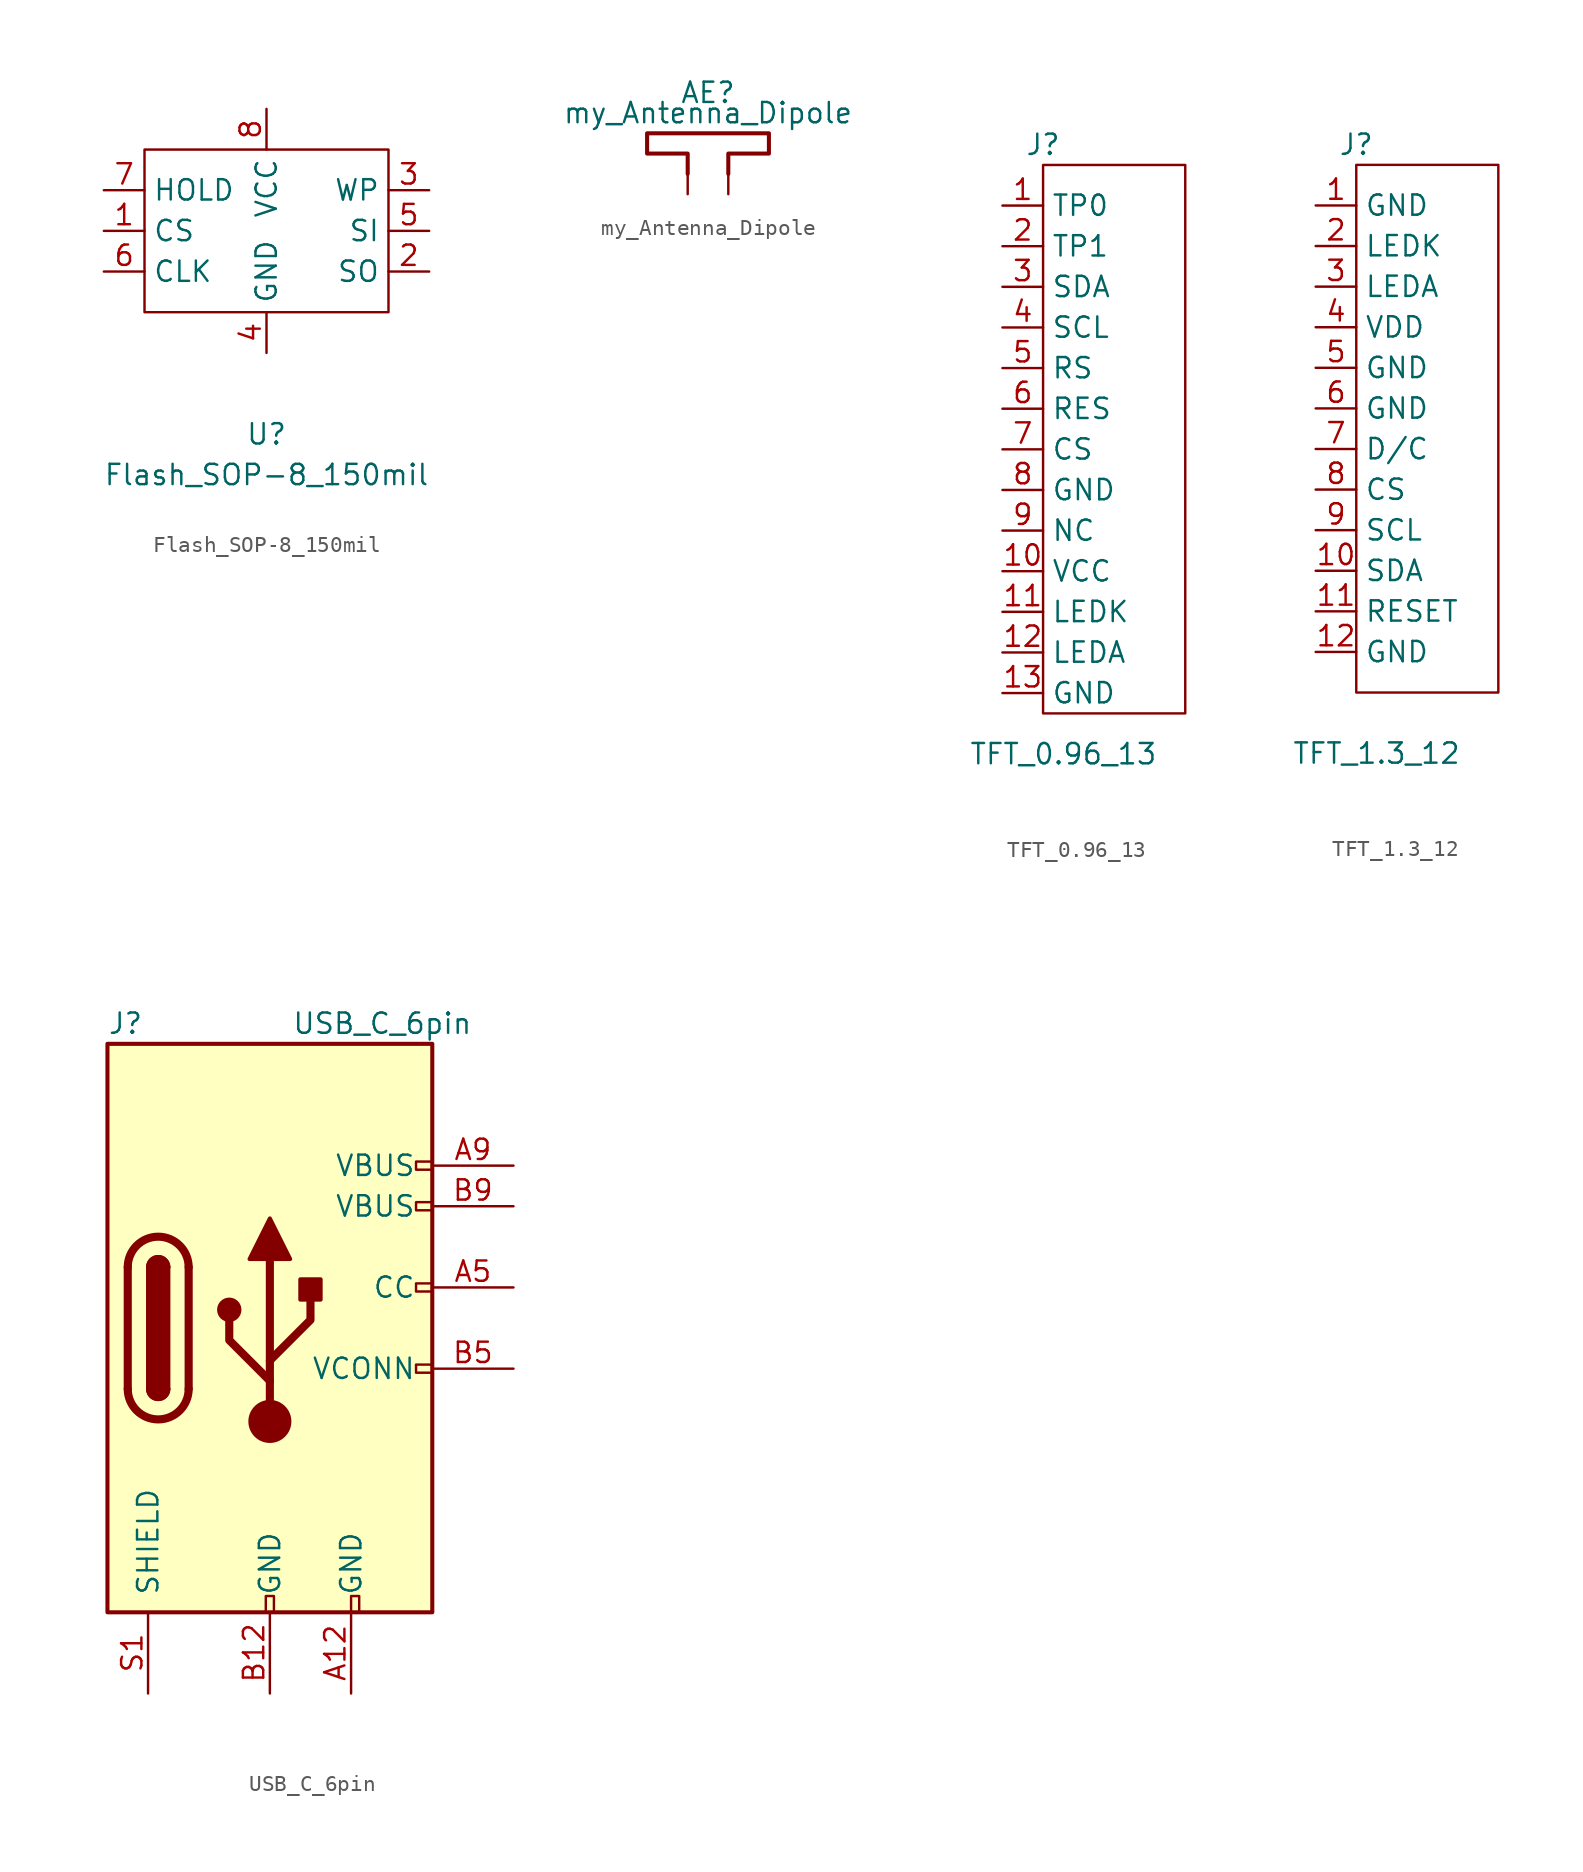
<source format=kicad_sym>
(kicad_symbol_lib
  (version 20211014)
  (generator kicad_symbol_editor)
  (symbol "Flash_SOP-8_150mil"
    (property "Reference" "U"
      (at 0 -12.7 0)
      (effects (font (size 1.27 1.27))))
    (property "Value" "Flash_SOP-8_150mil"
      (at 0 -15.24 0)
      (effects (font (size 1.27 1.27))))
    (symbol "Flash_SOP-8_150mil_0_1"
      (rectangle (start -7.62 5.08) (end 7.62 -5.08) (stroke (width 0) (type default) (color 0 0 0 0)) (fill (type none))))
    (symbol "Flash_SOP-8_150mil_1_1"
      (pin bidirectional line (at -10.16 0 0) (length 2.54) (name "CS" (effects (font (size 1.27 1.27)))) (number "1" (effects (font (size 1.27 1.27)))))
      (pin bidirectional line (at 10.16 -2.54 180) (length 2.54) (name "SO" (effects (font (size 1.27 1.27)))) (number "2" (effects (font (size 1.27 1.27)))))
      (pin bidirectional line (at 10.16 2.54 180) (length 2.54) (name "WP" (effects (font (size 1.27 1.27)))) (number "3" (effects (font (size 1.27 1.27)))))
      (pin bidirectional line (at 0 -7.62 90) (length 2.54) (name "GND" (effects (font (size 1.27 1.27)))) (number "4" (effects (font (size 1.27 1.27)))))
      (pin bidirectional line (at 10.16 0 180) (length 2.54) (name "SI" (effects (font (size 1.27 1.27)))) (number "5" (effects (font (size 1.27 1.27)))))
      (pin bidirectional line (at -10.16 -2.54 0) (length 2.54) (name "CLK" (effects (font (size 1.27 1.27)))) (number "6" (effects (font (size 1.27 1.27)))))
      (pin bidirectional line (at -10.16 2.54 0) (length 2.54) (name "HOLD" (effects (font (size 1.27 1.27)))) (number "7" (effects (font (size 1.27 1.27)))))
      (pin bidirectional line (at 0 7.62 270) (length 2.54) (name "VCC" (effects (font (size 1.27 1.27)))) (number "8" (effects (font (size 1.27 1.27)))))))
  (symbol "my_Antenna_Dipole"
    (pin_numbers hide)
    (pin_names
      (offset 1.016) hide)
    (property "Reference" "AE"
      (at 1.27 1.27 0)
      (effects (font (size 1.27 1.27))))
    (property "Value" "my_Antenna_Dipole"
      (at 1.27 0 0)
      (effects (font (size 1.27 1.27))))
    (symbol "my_Antenna_Dipole_0_1"
      (polyline (pts (xy 2.54 -3.81) (xy 2.54 -2.54) (xy 5.08 -2.54) (xy 5.08 -1.27) (xy -2.54 -1.27) (xy -2.54 -2.54) (xy 0 -2.54) (xy 0 -3.81)) (stroke (width 0.254) (type default) (color 0 0 0 0)) (fill (type none))))
    (symbol "my_Antenna_Dipole_1_1"
      (pin input line (at 0 -5.08 90) (length 2.54) (name "~" (effects (font (size 1.27 1.27)))) (number "1" (effects (font (size 1.27 1.27)))))
      (pin input line (at 2.54 -5.08 90) (length 2.54) (name "~" (effects (font (size 1.27 1.27)))) (number "2" (effects (font (size 1.27 1.27)))))))
  (symbol "TFT_0.96_13"
    (property "Reference" "J"
      (at 1.27 5.08 0)
      (effects (font (size 1.27 1.27))))
    (property "Value" "TFT_0.96_13"
      (at 2.54 -33.02 0)
      (effects (font (size 1.27 1.27))))
    (symbol "TFT_0.96_13_0_1"
      (rectangle (start 1.27 3.81) (end 10.16 -30.48) (stroke (width 0) (type default) (color 0 0 0 0)) (fill (type none))))
    (symbol "TFT_0.96_13_1_1"
      (pin free line (at -1.27 1.27 0) (length 2.54) (name "TP0" (effects (font (size 1.27 1.27)))) (number "1" (effects (font (size 1.27 1.27)))))
      (pin free line (at -1.27 -21.59 0) (length 2.54) (name "VCC" (effects (font (size 1.27 1.27)))) (number "10" (effects (font (size 1.27 1.27)))))
      (pin free line (at -1.27 -24.13 0) (length 2.54) (name "LEDK" (effects (font (size 1.27 1.27)))) (number "11" (effects (font (size 1.27 1.27)))))
      (pin free line (at -1.27 -26.67 0) (length 2.54) (name "LEDA" (effects (font (size 1.27 1.27)))) (number "12" (effects (font (size 1.27 1.27)))))
      (pin free line (at -1.27 -29.21 0) (length 2.54) (name "GND" (effects (font (size 1.27 1.27)))) (number "13" (effects (font (size 1.27 1.27)))))
      (pin free line (at -1.27 -1.27 0) (length 2.54) (name "TP1" (effects (font (size 1.27 1.27)))) (number "2" (effects (font (size 1.27 1.27)))))
      (pin free line (at -1.27 -3.81 0) (length 2.54) (name "SDA" (effects (font (size 1.27 1.27)))) (number "3" (effects (font (size 1.27 1.27)))))
      (pin free line (at -1.27 -6.35 0) (length 2.54) (name "SCL" (effects (font (size 1.27 1.27)))) (number "4" (effects (font (size 1.27 1.27)))))
      (pin free line (at -1.27 -8.89 0) (length 2.54) (name "RS" (effects (font (size 1.27 1.27)))) (number "5" (effects (font (size 1.27 1.27)))))
      (pin free line (at -1.27 -11.43 0) (length 2.54) (name "RES" (effects (font (size 1.27 1.27)))) (number "6" (effects (font (size 1.27 1.27)))))
      (pin free line (at -1.27 -13.97 0) (length 2.54) (name "CS" (effects (font (size 1.27 1.27)))) (number "7" (effects (font (size 1.27 1.27)))))
      (pin free line (at -1.27 -16.51 0) (length 2.54) (name "GND" (effects (font (size 1.27 1.27)))) (number "8" (effects (font (size 1.27 1.27)))))
      (pin free line (at -1.27 -19.05 0) (length 2.54) (name "NC" (effects (font (size 1.27 1.27)))) (number "9" (effects (font (size 1.27 1.27)))))))
  (symbol "TFT_1.3_12"
    (property "Reference" "J"
      (at 1.27 5.08 0)
      (effects (font (size 1.27 1.27))))
    (property "Value" "TFT_1.3_12"
      (at 2.54 -33.02 0)
      (effects (font (size 1.27 1.27))))
    (symbol "TFT_1.3_12_0_1"
      (rectangle (start 1.27 3.81) (end 10.16 -29.21) (stroke (width 0) (type default) (color 0 0 0 0)) (fill (type none))))
    (symbol "TFT_1.3_12_1_1"
      (pin free line (at -1.27 1.27 0) (length 2.54) (name "GND" (effects (font (size 1.27 1.27)))) (number "1" (effects (font (size 1.27 1.27)))))
      (pin free line (at -1.27 -21.59 0) (length 2.54) (name "SDA" (effects (font (size 1.27 1.27)))) (number "10" (effects (font (size 1.27 1.27)))))
      (pin free line (at -1.27 -24.13 0) (length 2.54) (name "RESET" (effects (font (size 1.27 1.27)))) (number "11" (effects (font (size 1.27 1.27)))))
      (pin free line (at -1.27 -26.67 0) (length 2.54) (name "GND" (effects (font (size 1.27 1.27)))) (number "12" (effects (font (size 1.27 1.27)))))
      (pin free line (at -1.27 -1.27 0) (length 2.54) (name "LEDK" (effects (font (size 1.27 1.27)))) (number "2" (effects (font (size 1.27 1.27)))))
      (pin free line (at -1.27 -3.81 0) (length 2.54) (name "LEDA" (effects (font (size 1.27 1.27)))) (number "3" (effects (font (size 1.27 1.27)))))
      (pin free line (at -1.27 -6.35 0) (length 2.54) (name "VDD" (effects (font (size 1.27 1.27)))) (number "4" (effects (font (size 1.27 1.27)))))
      (pin free line (at -1.27 -8.89 0) (length 2.54) (name "GND" (effects (font (size 1.27 1.27)))) (number "5" (effects (font (size 1.27 1.27)))))
      (pin free line (at -1.27 -11.43 0) (length 2.54) (name "GND" (effects (font (size 1.27 1.27)))) (number "6" (effects (font (size 1.27 1.27)))))
      (pin free line (at -1.27 -13.97 0) (length 2.54) (name "D/C" (effects (font (size 1.27 1.27)))) (number "7" (effects (font (size 1.27 1.27)))))
      (pin free line (at -1.27 -16.51 0) (length 2.54) (name "CS" (effects (font (size 1.27 1.27)))) (number "8" (effects (font (size 1.27 1.27)))))
      (pin free line (at -1.27 -19.05 0) (length 2.54) (name "SCL" (effects (font (size 1.27 1.27)))) (number "9" (effects (font (size 1.27 1.27)))))))
  (symbol "USB_C_6pin"
    (pin_names
      (offset 1.016))
    (property "Reference" "J"
      (at -10.16 19.05 0)
      (effects (font (size 1.27 1.27)) (justify left)))
    (property "Value" "USB_C_6pin"
      (at 12.7 19.05 0)
      (effects (font (size 1.27 1.27)) (justify right)))
    (symbol "USB_C_6pin_0_0"
      (rectangle (start -0.254 -17.78) (end 0.254 -16.764) (stroke (width 0) (type default) (color 0 0 0 0)) (fill (type none)))
      (rectangle (start 5.08 -17.78) (end 5.588 -16.764) (stroke (width 0) (type default) (color 0 0 0 0)) (fill (type none)))
      (rectangle (start 10.16 -2.286) (end 9.144 -2.794) (stroke (width 0) (type default) (color 0 0 0 0)) (fill (type none)))
      (rectangle (start 10.16 2.794) (end 9.144 2.286) (stroke (width 0) (type default) (color 0 0 0 0)) (fill (type none)))
      (rectangle (start 10.16 7.874) (end 9.144 7.366) (stroke (width 0) (type default) (color 0 0 0 0)) (fill (type none)))
      (rectangle (start 10.16 10.414) (end 9.144 9.906) (stroke (width 0) (type default) (color 0 0 0 0)) (fill (type none))))
    (symbol "USB_C_6pin_0_1"
      (rectangle (start -10.16 17.78) (end 10.16 -17.78) (stroke (width 0.254) (type default) (color 0 0 0 0)) (fill (type background)))
      (arc (start -8.89 -3.81) (mid -6.985 -5.715) (end -5.08 -3.81) (stroke (width 0.508) (type default) (color 0 0 0 0)) (fill (type none)))
      (arc (start -7.62 -3.81) (mid -6.985 -4.445) (end -6.35 -3.81) (stroke (width 0.254) (type default) (color 0 0 0 0)) (fill (type none)))
      (arc (start -7.62 -3.81) (mid -6.985 -4.445) (end -6.35 -3.81) (stroke (width 0.254) (type default) (color 0 0 0 0)) (fill (type outline)))
      (rectangle (start -7.62 -3.81) (end -6.35 3.81) (stroke (width 0.254) (type default) (color 0 0 0 0)) (fill (type outline)))
      (arc (start -6.35 3.81) (mid -6.985 4.445) (end -7.62 3.81) (stroke (width 0.254) (type default) (color 0 0 0 0)) (fill (type none)))
      (arc (start -6.35 3.81) (mid -6.985 4.445) (end -7.62 3.81) (stroke (width 0.254) (type default) (color 0 0 0 0)) (fill (type outline)))
      (arc (start -5.08 3.81) (mid -6.985 5.715) (end -8.89 3.81) (stroke (width 0.508) (type default) (color 0 0 0 0)) (fill (type none)))
      (circle (center -2.54 1.143) (radius 0.635) (stroke (width 0.254) (type default) (color 0 0 0 0)) (fill (type outline)))
      (circle (center 0 -5.842) (radius 1.27) (stroke (width 0) (type default) (color 0 0 0 0)) (fill (type outline)))
      (polyline (pts (xy -8.89 -3.81) (xy -8.89 3.81)) (stroke (width 0.508) (type default) (color 0 0 0 0)) (fill (type none)))
      (polyline (pts (xy -5.08 3.81) (xy -5.08 -3.81)) (stroke (width 0.508) (type default) (color 0 0 0 0)) (fill (type none)))
      (polyline (pts (xy 0 -5.842) (xy 0 4.318)) (stroke (width 0.508) (type default) (color 0 0 0 0)) (fill (type none)))
      (polyline (pts (xy 0 -3.302) (xy -2.54 -0.762) (xy -2.54 0.508)) (stroke (width 0.508) (type default) (color 0 0 0 0)) (fill (type none)))
      (polyline (pts (xy 0 -2.032) (xy 2.54 0.508) (xy 2.54 1.778)) (stroke (width 0.508) (type default) (color 0 0 0 0)) (fill (type none)))
      (polyline (pts (xy -1.27 4.318) (xy 0 6.858) (xy 1.27 4.318) (xy -1.27 4.318)) (stroke (width 0.254) (type default) (color 0 0 0 0)) (fill (type outline)))
      (rectangle (start 1.905 1.778) (end 3.175 3.048) (stroke (width 0.254) (type default) (color 0 0 0 0)) (fill (type outline))))
    (symbol "USB_C_6pin_1_1"
      (pin passive line (at 5.08 -22.86 90) (length 5.08) (name "GND" (effects (font (size 1.27 1.27)))) (number "A12" (effects (font (size 1.27 1.27)))))
      (pin bidirectional line (at 15.24 2.54 180) (length 5.08) (name "CC" (effects (font (size 1.27 1.27)))) (number "A5" (effects (font (size 1.27 1.27)))))
      (pin passive line (at 15.24 10.16 180) (length 5.08) (name "VBUS" (effects (font (size 1.27 1.27)))) (number "A9" (effects (font (size 1.27 1.27)))))
      (pin passive line (at 0 -22.86 90) (length 5.08) (name "GND" (effects (font (size 1.27 1.27)))) (number "B12" (effects (font (size 1.27 1.27)))))
      (pin bidirectional line (at 15.24 -2.54 180) (length 5.08) (name "VCONN" (effects (font (size 1.27 1.27)))) (number "B5" (effects (font (size 1.27 1.27)))))
      (pin passive line (at 15.24 7.62 180) (length 5.08) (name "VBUS" (effects (font (size 1.27 1.27)))) (number "B9" (effects (font (size 1.27 1.27)))))
      (pin passive line (at -7.62 -22.86 90) (length 5.08) (name "SHIELD" (effects (font (size 1.27 1.27)))) (number "S1" (effects (font (size 1.27 1.27))))))))
</source>
